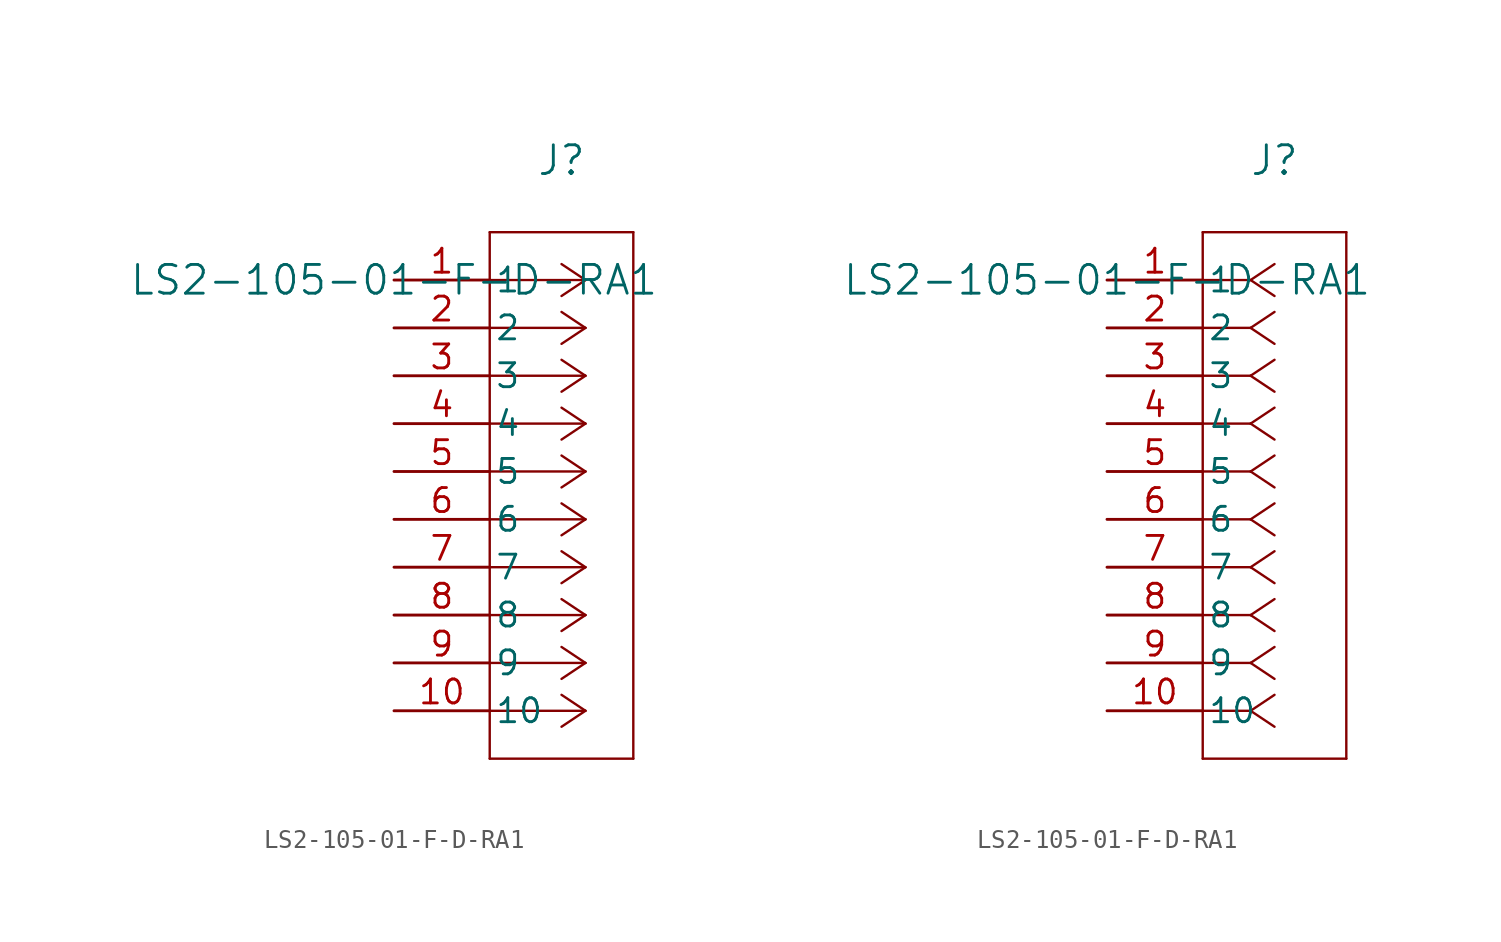
<source format=kicad_sym>
(kicad_symbol_lib
  (version 20211014)
  (generator kicad_symbol_editor)
  (symbol "LS2-105-01-F-D-RA1"
    (pin_names
      (offset 0.254))
    (property "Reference" "J"
      (at 8.89 6.35 0)
      (effects (font (size 1.524 1.524))))
    (property "Value" "LS2-105-01-F-D-RA1"
      (at 0 0 0)
      (effects (font (size 1.524 1.524))))
    (symbol "LS2-105-01-F-D-RA1_1_1"
      (polyline (pts (xy 10.16 0) (xy 5.08 0)) (stroke (width 0.127) (type default) (color 0 0 0 0)) (fill (type none)))
      (polyline (pts (xy 10.16 -2.54) (xy 5.08 -2.54)) (stroke (width 0.127) (type default) (color 0 0 0 0)) (fill (type none)))
      (polyline (pts (xy 10.16 -5.08) (xy 5.08 -5.08)) (stroke (width 0.127) (type default) (color 0 0 0 0)) (fill (type none)))
      (polyline (pts (xy 10.16 -7.62) (xy 5.08 -7.62)) (stroke (width 0.127) (type default) (color 0 0 0 0)) (fill (type none)))
      (polyline (pts (xy 10.16 -10.16) (xy 5.08 -10.16)) (stroke (width 0.127) (type default) (color 0 0 0 0)) (fill (type none)))
      (polyline (pts (xy 10.16 -12.7) (xy 5.08 -12.7)) (stroke (width 0.127) (type default) (color 0 0 0 0)) (fill (type none)))
      (polyline (pts (xy 10.16 -15.24) (xy 5.08 -15.24)) (stroke (width 0.127) (type default) (color 0 0 0 0)) (fill (type none)))
      (polyline (pts (xy 10.16 -17.78) (xy 5.08 -17.78)) (stroke (width 0.127) (type default) (color 0 0 0 0)) (fill (type none)))
      (polyline (pts (xy 10.16 -20.32) (xy 5.08 -20.32)) (stroke (width 0.127) (type default) (color 0 0 0 0)) (fill (type none)))
      (polyline (pts (xy 10.16 -22.86) (xy 5.08 -22.86)) (stroke (width 0.127) (type default) (color 0 0 0 0)) (fill (type none)))
      (polyline (pts (xy 10.16 0) (xy 8.89 0.847)) (stroke (width 0.127) (type default) (color 0 0 0 0)) (fill (type none)))
      (polyline (pts (xy 10.16 -2.54) (xy 8.89 -1.693)) (stroke (width 0.127) (type default) (color 0 0 0 0)) (fill (type none)))
      (polyline (pts (xy 10.16 -5.08) (xy 8.89 -4.233)) (stroke (width 0.127) (type default) (color 0 0 0 0)) (fill (type none)))
      (polyline (pts (xy 10.16 -7.62) (xy 8.89 -6.773)) (stroke (width 0.127) (type default) (color 0 0 0 0)) (fill (type none)))
      (polyline (pts (xy 10.16 -10.16) (xy 8.89 -9.313)) (stroke (width 0.127) (type default) (color 0 0 0 0)) (fill (type none)))
      (polyline (pts (xy 10.16 -12.7) (xy 8.89 -11.853)) (stroke (width 0.127) (type default) (color 0 0 0 0)) (fill (type none)))
      (polyline (pts (xy 10.16 -15.24) (xy 8.89 -14.393)) (stroke (width 0.127) (type default) (color 0 0 0 0)) (fill (type none)))
      (polyline (pts (xy 10.16 -17.78) (xy 8.89 -16.933)) (stroke (width 0.127) (type default) (color 0 0 0 0)) (fill (type none)))
      (polyline (pts (xy 10.16 -20.32) (xy 8.89 -19.473)) (stroke (width 0.127) (type default) (color 0 0 0 0)) (fill (type none)))
      (polyline (pts (xy 10.16 -22.86) (xy 8.89 -22.013)) (stroke (width 0.127) (type default) (color 0 0 0 0)) (fill (type none)))
      (polyline (pts (xy 10.16 0) (xy 8.89 -0.847)) (stroke (width 0.127) (type default) (color 0 0 0 0)) (fill (type none)))
      (polyline (pts (xy 10.16 -2.54) (xy 8.89 -3.387)) (stroke (width 0.127) (type default) (color 0 0 0 0)) (fill (type none)))
      (polyline (pts (xy 10.16 -5.08) (xy 8.89 -5.927)) (stroke (width 0.127) (type default) (color 0 0 0 0)) (fill (type none)))
      (polyline (pts (xy 10.16 -7.62) (xy 8.89 -8.467)) (stroke (width 0.127) (type default) (color 0 0 0 0)) (fill (type none)))
      (polyline (pts (xy 10.16 -10.16) (xy 8.89 -11.007)) (stroke (width 0.127) (type default) (color 0 0 0 0)) (fill (type none)))
      (polyline (pts (xy 10.16 -12.7) (xy 8.89 -13.547)) (stroke (width 0.127) (type default) (color 0 0 0 0)) (fill (type none)))
      (polyline (pts (xy 10.16 -15.24) (xy 8.89 -16.087)) (stroke (width 0.127) (type default) (color 0 0 0 0)) (fill (type none)))
      (polyline (pts (xy 10.16 -17.78) (xy 8.89 -18.627)) (stroke (width 0.127) (type default) (color 0 0 0 0)) (fill (type none)))
      (polyline (pts (xy 10.16 -20.32) (xy 8.89 -21.167)) (stroke (width 0.127) (type default) (color 0 0 0 0)) (fill (type none)))
      (polyline (pts (xy 10.16 -22.86) (xy 8.89 -23.707)) (stroke (width 0.127) (type default) (color 0 0 0 0)) (fill (type none)))
      (polyline (pts (xy 5.08 2.54) (xy 5.08 -25.4)) (stroke (width 0.127) (type default) (color 0 0 0 0)) (fill (type none)))
      (polyline (pts (xy 5.08 -25.4) (xy 12.7 -25.4)) (stroke (width 0.127) (type default) (color 0 0 0 0)) (fill (type none)))
      (polyline (pts (xy 12.7 -25.4) (xy 12.7 2.54)) (stroke (width 0.127) (type default) (color 0 0 0 0)) (fill (type none)))
      (polyline (pts (xy 12.7 2.54) (xy 5.08 2.54)) (stroke (width 0.127) (type default) (color 0 0 0 0)) (fill (type none)))
      (pin unspecified line (at 0 0 0) (length 5.08) (name "1" (effects (font (size 1.27 1.27)))) (number "1" (effects (font (size 1.27 1.27)))))
      (pin unspecified line (at 0 -2.54 0) (length 5.08) (name "2" (effects (font (size 1.27 1.27)))) (number "2" (effects (font (size 1.27 1.27)))))
      (pin unspecified line (at 0 -5.08 0) (length 5.08) (name "3" (effects (font (size 1.27 1.27)))) (number "3" (effects (font (size 1.27 1.27)))))
      (pin unspecified line (at 0 -7.62 0) (length 5.08) (name "4" (effects (font (size 1.27 1.27)))) (number "4" (effects (font (size 1.27 1.27)))))
      (pin unspecified line (at 0 -10.16 0) (length 5.08) (name "5" (effects (font (size 1.27 1.27)))) (number "5" (effects (font (size 1.27 1.27)))))
      (pin unspecified line (at 0 -12.7 0) (length 5.08) (name "6" (effects (font (size 1.27 1.27)))) (number "6" (effects (font (size 1.27 1.27)))))
      (pin unspecified line (at 0 -15.24 0) (length 5.08) (name "7" (effects (font (size 1.27 1.27)))) (number "7" (effects (font (size 1.27 1.27)))))
      (pin unspecified line (at 0 -17.78 0) (length 5.08) (name "8" (effects (font (size 1.27 1.27)))) (number "8" (effects (font (size 1.27 1.27)))))
      (pin unspecified line (at 0 -20.32 0) (length 5.08) (name "9" (effects (font (size 1.27 1.27)))) (number "9" (effects (font (size 1.27 1.27)))))
      (pin unspecified line (at 0 -22.86 0) (length 5.08) (name "10" (effects (font (size 1.27 1.27)))) (number "10" (effects (font (size 1.27 1.27))))))
    (symbol "LS2-105-01-F-D-RA1_1_2"
      (polyline (pts (xy 7.62 0) (xy 5.08 0)) (stroke (width 0.127) (type default) (color 0 0 0 0)) (fill (type none)))
      (polyline (pts (xy 7.62 -2.54) (xy 5.08 -2.54)) (stroke (width 0.127) (type default) (color 0 0 0 0)) (fill (type none)))
      (polyline (pts (xy 7.62 -5.08) (xy 5.08 -5.08)) (stroke (width 0.127) (type default) (color 0 0 0 0)) (fill (type none)))
      (polyline (pts (xy 7.62 -7.62) (xy 5.08 -7.62)) (stroke (width 0.127) (type default) (color 0 0 0 0)) (fill (type none)))
      (polyline (pts (xy 7.62 -10.16) (xy 5.08 -10.16)) (stroke (width 0.127) (type default) (color 0 0 0 0)) (fill (type none)))
      (polyline (pts (xy 7.62 -12.7) (xy 5.08 -12.7)) (stroke (width 0.127) (type default) (color 0 0 0 0)) (fill (type none)))
      (polyline (pts (xy 7.62 -15.24) (xy 5.08 -15.24)) (stroke (width 0.127) (type default) (color 0 0 0 0)) (fill (type none)))
      (polyline (pts (xy 7.62 -17.78) (xy 5.08 -17.78)) (stroke (width 0.127) (type default) (color 0 0 0 0)) (fill (type none)))
      (polyline (pts (xy 7.62 -20.32) (xy 5.08 -20.32)) (stroke (width 0.127) (type default) (color 0 0 0 0)) (fill (type none)))
      (polyline (pts (xy 7.62 -22.86) (xy 5.08 -22.86)) (stroke (width 0.127) (type default) (color 0 0 0 0)) (fill (type none)))
      (polyline (pts (xy 7.62 0) (xy 8.89 0.847)) (stroke (width 0.127) (type default) (color 0 0 0 0)) (fill (type none)))
      (polyline (pts (xy 7.62 -2.54) (xy 8.89 -1.693)) (stroke (width 0.127) (type default) (color 0 0 0 0)) (fill (type none)))
      (polyline (pts (xy 7.62 -5.08) (xy 8.89 -4.233)) (stroke (width 0.127) (type default) (color 0 0 0 0)) (fill (type none)))
      (polyline (pts (xy 7.62 -7.62) (xy 8.89 -6.773)) (stroke (width 0.127) (type default) (color 0 0 0 0)) (fill (type none)))
      (polyline (pts (xy 7.62 -10.16) (xy 8.89 -9.313)) (stroke (width 0.127) (type default) (color 0 0 0 0)) (fill (type none)))
      (polyline (pts (xy 7.62 -12.7) (xy 8.89 -11.853)) (stroke (width 0.127) (type default) (color 0 0 0 0)) (fill (type none)))
      (polyline (pts (xy 7.62 -15.24) (xy 8.89 -14.393)) (stroke (width 0.127) (type default) (color 0 0 0 0)) (fill (type none)))
      (polyline (pts (xy 7.62 -17.78) (xy 8.89 -16.933)) (stroke (width 0.127) (type default) (color 0 0 0 0)) (fill (type none)))
      (polyline (pts (xy 7.62 -20.32) (xy 8.89 -19.473)) (stroke (width 0.127) (type default) (color 0 0 0 0)) (fill (type none)))
      (polyline (pts (xy 7.62 -22.86) (xy 8.89 -22.013)) (stroke (width 0.127) (type default) (color 0 0 0 0)) (fill (type none)))
      (polyline (pts (xy 7.62 0) (xy 8.89 -0.847)) (stroke (width 0.127) (type default) (color 0 0 0 0)) (fill (type none)))
      (polyline (pts (xy 7.62 -2.54) (xy 8.89 -3.387)) (stroke (width 0.127) (type default) (color 0 0 0 0)) (fill (type none)))
      (polyline (pts (xy 7.62 -5.08) (xy 8.89 -5.927)) (stroke (width 0.127) (type default) (color 0 0 0 0)) (fill (type none)))
      (polyline (pts (xy 7.62 -7.62) (xy 8.89 -8.467)) (stroke (width 0.127) (type default) (color 0 0 0 0)) (fill (type none)))
      (polyline (pts (xy 7.62 -10.16) (xy 8.89 -11.007)) (stroke (width 0.127) (type default) (color 0 0 0 0)) (fill (type none)))
      (polyline (pts (xy 7.62 -12.7) (xy 8.89 -13.547)) (stroke (width 0.127) (type default) (color 0 0 0 0)) (fill (type none)))
      (polyline (pts (xy 7.62 -15.24) (xy 8.89 -16.087)) (stroke (width 0.127) (type default) (color 0 0 0 0)) (fill (type none)))
      (polyline (pts (xy 7.62 -17.78) (xy 8.89 -18.627)) (stroke (width 0.127) (type default) (color 0 0 0 0)) (fill (type none)))
      (polyline (pts (xy 7.62 -20.32) (xy 8.89 -21.167)) (stroke (width 0.127) (type default) (color 0 0 0 0)) (fill (type none)))
      (polyline (pts (xy 7.62 -22.86) (xy 8.89 -23.707)) (stroke (width 0.127) (type default) (color 0 0 0 0)) (fill (type none)))
      (polyline (pts (xy 5.08 2.54) (xy 5.08 -25.4)) (stroke (width 0.127) (type default) (color 0 0 0 0)) (fill (type none)))
      (polyline (pts (xy 5.08 -25.4) (xy 12.7 -25.4)) (stroke (width 0.127) (type default) (color 0 0 0 0)) (fill (type none)))
      (polyline (pts (xy 12.7 -25.4) (xy 12.7 2.54)) (stroke (width 0.127) (type default) (color 0 0 0 0)) (fill (type none)))
      (polyline (pts (xy 12.7 2.54) (xy 5.08 2.54)) (stroke (width 0.127) (type default) (color 0 0 0 0)) (fill (type none)))
      (pin unspecified line (at 0 0 0) (length 5.08) (name "1" (effects (font (size 1.27 1.27)))) (number "1" (effects (font (size 1.27 1.27)))))
      (pin unspecified line (at 0 -2.54 0) (length 5.08) (name "2" (effects (font (size 1.27 1.27)))) (number "2" (effects (font (size 1.27 1.27)))))
      (pin unspecified line (at 0 -5.08 0) (length 5.08) (name "3" (effects (font (size 1.27 1.27)))) (number "3" (effects (font (size 1.27 1.27)))))
      (pin unspecified line (at 0 -7.62 0) (length 5.08) (name "4" (effects (font (size 1.27 1.27)))) (number "4" (effects (font (size 1.27 1.27)))))
      (pin unspecified line (at 0 -10.16 0) (length 5.08) (name "5" (effects (font (size 1.27 1.27)))) (number "5" (effects (font (size 1.27 1.27)))))
      (pin unspecified line (at 0 -12.7 0) (length 5.08) (name "6" (effects (font (size 1.27 1.27)))) (number "6" (effects (font (size 1.27 1.27)))))
      (pin unspecified line (at 0 -15.24 0) (length 5.08) (name "7" (effects (font (size 1.27 1.27)))) (number "7" (effects (font (size 1.27 1.27)))))
      (pin unspecified line (at 0 -17.78 0) (length 5.08) (name "8" (effects (font (size 1.27 1.27)))) (number "8" (effects (font (size 1.27 1.27)))))
      (pin unspecified line (at 0 -20.32 0) (length 5.08) (name "9" (effects (font (size 1.27 1.27)))) (number "9" (effects (font (size 1.27 1.27)))))
      (pin unspecified line (at 0 -22.86 0) (length 5.08) (name "10" (effects (font (size 1.27 1.27)))) (number "10" (effects (font (size 1.27 1.27))))))))
</source>
